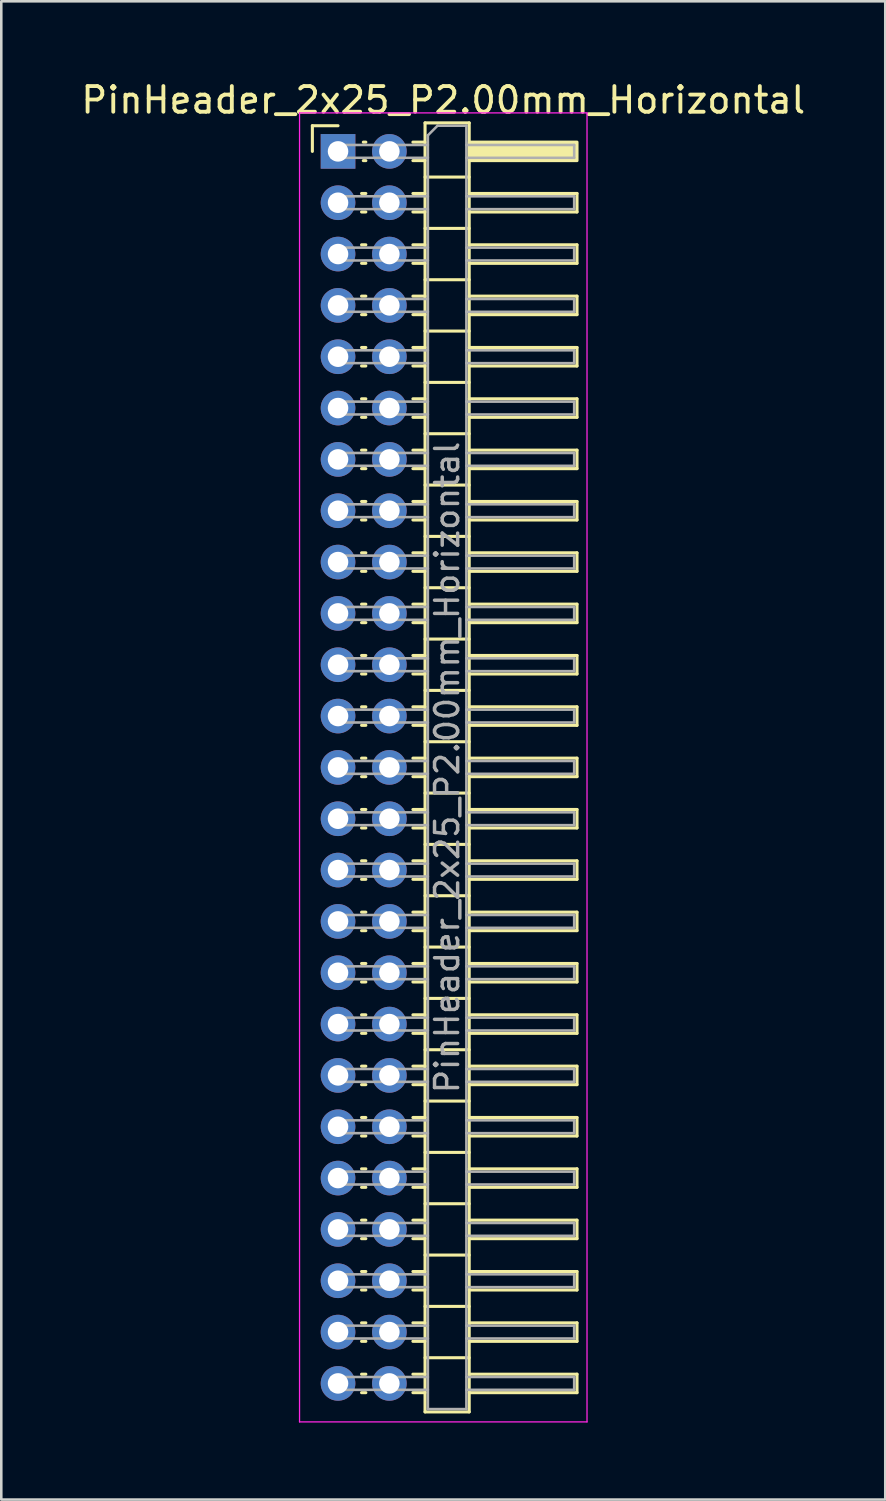
<source format=kicad_pcb>
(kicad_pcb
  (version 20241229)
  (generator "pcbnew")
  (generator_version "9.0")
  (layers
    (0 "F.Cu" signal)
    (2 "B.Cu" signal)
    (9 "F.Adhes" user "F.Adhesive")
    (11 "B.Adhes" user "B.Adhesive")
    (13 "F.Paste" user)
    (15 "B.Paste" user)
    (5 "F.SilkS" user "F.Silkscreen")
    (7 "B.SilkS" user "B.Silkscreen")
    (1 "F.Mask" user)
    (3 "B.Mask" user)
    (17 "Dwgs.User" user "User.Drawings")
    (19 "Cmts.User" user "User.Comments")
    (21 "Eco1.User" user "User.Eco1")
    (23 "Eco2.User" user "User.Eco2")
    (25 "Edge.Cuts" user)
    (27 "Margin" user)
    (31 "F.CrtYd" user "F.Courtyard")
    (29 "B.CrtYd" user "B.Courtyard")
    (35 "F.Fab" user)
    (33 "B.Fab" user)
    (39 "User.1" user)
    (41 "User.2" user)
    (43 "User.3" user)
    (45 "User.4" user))
  (footprint "PinHeader_2x25_P2.00mm_Horizontal"
    (layer "F.Cu")
    (at 10.12 2.848)
    (property "Reference" "PinHeader_2x25_P2.00mm_Horizontal" (at 4.1 -2 0) (layer "F.SilkS") (effects (font (size 1 1) (thickness 0.15))))
    (attr through_hole)
    (fp_line (start -1 -1) (end 0 -1) (stroke (width 0.12) (type solid)) (layer "F.SilkS"))
    (fp_line (start -1 0) (end -1 -1) (stroke (width 0.12) (type solid)) (layer "F.SilkS"))
    (fp_line (start 0.917 1.64) (end 1.083 1.64) (stroke (width 0.12) (type solid)) (layer "F.SilkS"))
    (fp_line (start 0.917 2.36) (end 1.083 2.36) (stroke (width 0.12) (type solid)) (layer "F.SilkS"))
    (fp_line (start 0.917 3.64) (end 1.083 3.64) (stroke (width 0.12) (type solid)) (layer "F.SilkS"))
    (fp_line (start 0.917 4.36) (end 1.083 4.36) (stroke (width 0.12) (type solid)) (layer "F.SilkS"))
    (fp_line (start 0.917 5.64) (end 1.083 5.64) (stroke (width 0.12) (type solid)) (layer "F.SilkS"))
    (fp_line (start 0.917 6.36) (end 1.083 6.36) (stroke (width 0.12) (type solid)) (layer "F.SilkS"))
    (fp_line (start 0.917 7.64) (end 1.083 7.64) (stroke (width 0.12) (type solid)) (layer "F.SilkS"))
    (fp_line (start 0.917 8.36) (end 1.083 8.36) (stroke (width 0.12) (type solid)) (layer "F.SilkS"))
    (fp_line (start 0.917 9.64) (end 1.083 9.64) (stroke (width 0.12) (type solid)) (layer "F.SilkS"))
    (fp_line (start 0.917 10.36) (end 1.083 10.36) (stroke (width 0.12) (type solid)) (layer "F.SilkS"))
    (fp_line (start 0.917 11.64) (end 1.083 11.64) (stroke (width 0.12) (type solid)) (layer "F.SilkS"))
    (fp_line (start 0.917 12.36) (end 1.083 12.36) (stroke (width 0.12) (type solid)) (layer "F.SilkS"))
    (fp_line (start 0.917 13.64) (end 1.083 13.64) (stroke (width 0.12) (type solid)) (layer "F.SilkS"))
    (fp_line (start 0.917 14.36) (end 1.083 14.36) (stroke (width 0.12) (type solid)) (layer "F.SilkS"))
    (fp_line (start 0.917 15.64) (end 1.083 15.64) (stroke (width 0.12) (type solid)) (layer "F.SilkS"))
    (fp_line (start 0.917 16.36) (end 1.083 16.36) (stroke (width 0.12) (type solid)) (layer "F.SilkS"))
    (fp_line (start 0.917 17.64) (end 1.083 17.64) (stroke (width 0.12) (type solid)) (layer "F.SilkS"))
    (fp_line (start 0.917 18.36) (end 1.083 18.36) (stroke (width 0.12) (type solid)) (layer "F.SilkS"))
    (fp_line (start 0.917 19.64) (end 1.083 19.64) (stroke (width 0.12) (type solid)) (layer "F.SilkS"))
    (fp_line (start 0.917 20.36) (end 1.083 20.36) (stroke (width 0.12) (type solid)) (layer "F.SilkS"))
    (fp_line (start 0.917 21.64) (end 1.083 21.64) (stroke (width 0.12) (type solid)) (layer "F.SilkS"))
    (fp_line (start 0.917 22.36) (end 1.083 22.36) (stroke (width 0.12) (type solid)) (layer "F.SilkS"))
    (fp_line (start 0.917 23.64) (end 1.083 23.64) (stroke (width 0.12) (type solid)) (layer "F.SilkS"))
    (fp_line (start 0.917 24.36) (end 1.083 24.36) (stroke (width 0.12) (type solid)) (layer "F.SilkS"))
    (fp_line (start 0.917 25.64) (end 1.083 25.64) (stroke (width 0.12) (type solid)) (layer "F.SilkS"))
    (fp_line (start 0.917 26.36) (end 1.083 26.36) (stroke (width 0.12) (type solid)) (layer "F.SilkS"))
    (fp_line (start 0.917 27.64) (end 1.083 27.64) (stroke (width 0.12) (type solid)) (layer "F.SilkS"))
    (fp_line (start 0.917 28.36) (end 1.083 28.36) (stroke (width 0.12) (type solid)) (layer "F.SilkS"))
    (fp_line (start 0.917 29.64) (end 1.083 29.64) (stroke (width 0.12) (type solid)) (layer "F.SilkS"))
    (fp_line (start 0.917 30.36) (end 1.083 30.36) (stroke (width 0.12) (type solid)) (layer "F.SilkS"))
    (fp_line (start 0.917 31.64) (end 1.083 31.64) (stroke (width 0.12) (type solid)) (layer "F.SilkS"))
    (fp_line (start 0.917 32.36) (end 1.083 32.36) (stroke (width 0.12) (type solid)) (layer "F.SilkS"))
    (fp_line (start 0.917 33.64) (end 1.083 33.64) (stroke (width 0.12) (type solid)) (layer "F.SilkS"))
    (fp_line (start 0.917 34.36) (end 1.083 34.36) (stroke (width 0.12) (type solid)) (layer "F.SilkS"))
    (fp_line (start 0.917 35.64) (end 1.083 35.64) (stroke (width 0.12) (type solid)) (layer "F.SilkS"))
    (fp_line (start 0.917 36.36) (end 1.083 36.36) (stroke (width 0.12) (type solid)) (layer "F.SilkS"))
    (fp_line (start 0.917 37.64) (end 1.083 37.64) (stroke (width 0.12) (type solid)) (layer "F.SilkS"))
    (fp_line (start 0.917 38.36) (end 1.083 38.36) (stroke (width 0.12) (type solid)) (layer "F.SilkS"))
    (fp_line (start 0.917 39.64) (end 1.083 39.64) (stroke (width 0.12) (type solid)) (layer "F.SilkS"))
    (fp_line (start 0.917 40.36) (end 1.083 40.36) (stroke (width 0.12) (type solid)) (layer "F.SilkS"))
    (fp_line (start 0.917 41.64) (end 1.083 41.64) (stroke (width 0.12) (type solid)) (layer "F.SilkS"))
    (fp_line (start 0.917 42.36) (end 1.083 42.36) (stroke (width 0.12) (type solid)) (layer "F.SilkS"))
    (fp_line (start 0.917 43.64) (end 1.083 43.64) (stroke (width 0.12) (type solid)) (layer "F.SilkS"))
    (fp_line (start 0.917 44.36) (end 1.083 44.36) (stroke (width 0.12) (type solid)) (layer "F.SilkS"))
    (fp_line (start 0.917 45.64) (end 1.083 45.64) (stroke (width 0.12) (type solid)) (layer "F.SilkS"))
    (fp_line (start 0.917 46.36) (end 1.083 46.36) (stroke (width 0.12) (type solid)) (layer "F.SilkS"))
    (fp_line (start 0.917 47.64) (end 1.083 47.64) (stroke (width 0.12) (type solid)) (layer "F.SilkS"))
    (fp_line (start 0.917 48.36) (end 1.083 48.36) (stroke (width 0.12) (type solid)) (layer "F.SilkS"))
    (fp_line (start 0.985 -0.36) (end 1.083 -0.36) (stroke (width 0.12) (type solid)) (layer "F.SilkS"))
    (fp_line (start 0.985 0.36) (end 1.083 0.36) (stroke (width 0.12) (type solid)) (layer "F.SilkS"))
    (fp_line (start 2.917 -0.36) (end 3.39 -0.36) (stroke (width 0.12) (type solid)) (layer "F.SilkS"))
    (fp_line (start 2.917 0.36) (end 3.39 0.36) (stroke (width 0.12) (type solid)) (layer "F.SilkS"))
    (fp_line (start 2.917 1.64) (end 3.39 1.64) (stroke (width 0.12) (type solid)) (layer "F.SilkS"))
    (fp_line (start 2.917 2.36) (end 3.39 2.36) (stroke (width 0.12) (type solid)) (layer "F.SilkS"))
    (fp_line (start 2.917 3.64) (end 3.39 3.64) (stroke (width 0.12) (type solid)) (layer "F.SilkS"))
    (fp_line (start 2.917 4.36) (end 3.39 4.36) (stroke (width 0.12) (type solid)) (layer "F.SilkS"))
    (fp_line (start 2.917 5.64) (end 3.39 5.64) (stroke (width 0.12) (type solid)) (layer "F.SilkS"))
    (fp_line (start 2.917 6.36) (end 3.39 6.36) (stroke (width 0.12) (type solid)) (layer "F.SilkS"))
    (fp_line (start 2.917 7.64) (end 3.39 7.64) (stroke (width 0.12) (type solid)) (layer "F.SilkS"))
    (fp_line (start 2.917 8.36) (end 3.39 8.36) (stroke (width 0.12) (type solid)) (layer "F.SilkS"))
    (fp_line (start 2.917 9.64) (end 3.39 9.64) (stroke (width 0.12) (type solid)) (layer "F.SilkS"))
    (fp_line (start 2.917 10.36) (end 3.39 10.36) (stroke (width 0.12) (type solid)) (layer "F.SilkS"))
    (fp_line (start 2.917 11.64) (end 3.39 11.64) (stroke (width 0.12) (type solid)) (layer "F.SilkS"))
    (fp_line (start 2.917 12.36) (end 3.39 12.36) (stroke (width 0.12) (type solid)) (layer "F.SilkS"))
    (fp_line (start 2.917 13.64) (end 3.39 13.64) (stroke (width 0.12) (type solid)) (layer "F.SilkS"))
    (fp_line (start 2.917 14.36) (end 3.39 14.36) (stroke (width 0.12) (type solid)) (layer "F.SilkS"))
    (fp_line (start 2.917 15.64) (end 3.39 15.64) (stroke (width 0.12) (type solid)) (layer "F.SilkS"))
    (fp_line (start 2.917 16.36) (end 3.39 16.36) (stroke (width 0.12) (type solid)) (layer "F.SilkS"))
    (fp_line (start 2.917 17.64) (end 3.39 17.64) (stroke (width 0.12) (type solid)) (layer "F.SilkS"))
    (fp_line (start 2.917 18.36) (end 3.39 18.36) (stroke (width 0.12) (type solid)) (layer "F.SilkS"))
    (fp_line (start 2.917 19.64) (end 3.39 19.64) (stroke (width 0.12) (type solid)) (layer "F.SilkS"))
    (fp_line (start 2.917 20.36) (end 3.39 20.36) (stroke (width 0.12) (type solid)) (layer "F.SilkS"))
    (fp_line (start 2.917 21.64) (end 3.39 21.64) (stroke (width 0.12) (type solid)) (layer "F.SilkS"))
    (fp_line (start 2.917 22.36) (end 3.39 22.36) (stroke (width 0.12) (type solid)) (layer "F.SilkS"))
    (fp_line (start 2.917 23.64) (end 3.39 23.64) (stroke (width 0.12) (type solid)) (layer "F.SilkS"))
    (fp_line (start 2.917 24.36) (end 3.39 24.36) (stroke (width 0.12) (type solid)) (layer "F.SilkS"))
    (fp_line (start 2.917 25.64) (end 3.39 25.64) (stroke (width 0.12) (type solid)) (layer "F.SilkS"))
    (fp_line (start 2.917 26.36) (end 3.39 26.36) (stroke (width 0.12) (type solid)) (layer "F.SilkS"))
    (fp_line (start 2.917 27.64) (end 3.39 27.64) (stroke (width 0.12) (type solid)) (layer "F.SilkS"))
    (fp_line (start 2.917 28.36) (end 3.39 28.36) (stroke (width 0.12) (type solid)) (layer "F.SilkS"))
    (fp_line (start 2.917 29.64) (end 3.39 29.64) (stroke (width 0.12) (type solid)) (layer "F.SilkS"))
    (fp_line (start 2.917 30.36) (end 3.39 30.36) (stroke (width 0.12) (type solid)) (layer "F.SilkS"))
    (fp_line (start 2.917 31.64) (end 3.39 31.64) (stroke (width 0.12) (type solid)) (layer "F.SilkS"))
    (fp_line (start 2.917 32.36) (end 3.39 32.36) (stroke (width 0.12) (type solid)) (layer "F.SilkS"))
    (fp_line (start 2.917 33.64) (end 3.39 33.64) (stroke (width 0.12) (type solid)) (layer "F.SilkS"))
    (fp_line (start 2.917 34.36) (end 3.39 34.36) (stroke (width 0.12) (type solid)) (layer "F.SilkS"))
    (fp_line (start 2.917 35.64) (end 3.39 35.64) (stroke (width 0.12) (type solid)) (layer "F.SilkS"))
    (fp_line (start 2.917 36.36) (end 3.39 36.36) (stroke (width 0.12) (type solid)) (layer "F.SilkS"))
    (fp_line (start 2.917 37.64) (end 3.39 37.64) (stroke (width 0.12) (type solid)) (layer "F.SilkS"))
    (fp_line (start 2.917 38.36) (end 3.39 38.36) (stroke (width 0.12) (type solid)) (layer "F.SilkS"))
    (fp_line (start 2.917 39.64) (end 3.39 39.64) (stroke (width 0.12) (type solid)) (layer "F.SilkS"))
    (fp_line (start 2.917 40.36) (end 3.39 40.36) (stroke (width 0.12) (type solid)) (layer "F.SilkS"))
    (fp_line (start 2.917 41.64) (end 3.39 41.64) (stroke (width 0.12) (type solid)) (layer "F.SilkS"))
    (fp_line (start 2.917 42.36) (end 3.39 42.36) (stroke (width 0.12) (type solid)) (layer "F.SilkS"))
    (fp_line (start 2.917 43.64) (end 3.39 43.64) (stroke (width 0.12) (type solid)) (layer "F.SilkS"))
    (fp_line (start 2.917 44.36) (end 3.39 44.36) (stroke (width 0.12) (type solid)) (layer "F.SilkS"))
    (fp_line (start 2.917 45.64) (end 3.39 45.64) (stroke (width 0.12) (type solid)) (layer "F.SilkS"))
    (fp_line (start 2.917 46.36) (end 3.39 46.36) (stroke (width 0.12) (type solid)) (layer "F.SilkS"))
    (fp_line (start 2.917 47.64) (end 3.39 47.64) (stroke (width 0.12) (type solid)) (layer "F.SilkS"))
    (fp_line (start 2.917 48.36) (end 3.39 48.36) (stroke (width 0.12) (type solid)) (layer "F.SilkS"))
    (fp_line (start 3.39 -1.11) (end 3.39 49.11) (stroke (width 0.12) (type solid)) (layer "F.SilkS"))
    (fp_line (start 3.39 1) (end 5.11 1) (stroke (width 0.12) (type solid)) (layer "F.SilkS"))
    (fp_line (start 3.39 3) (end 5.11 3) (stroke (width 0.12) (type solid)) (layer "F.SilkS"))
    (fp_line (start 3.39 5) (end 5.11 5) (stroke (width 0.12) (type solid)) (layer "F.SilkS"))
    (fp_line (start 3.39 7) (end 5.11 7) (stroke (width 0.12) (type solid)) (layer "F.SilkS"))
    (fp_line (start 3.39 9) (end 5.11 9) (stroke (width 0.12) (type solid)) (layer "F.SilkS"))
    (fp_line (start 3.39 11) (end 5.11 11) (stroke (width 0.12) (type solid)) (layer "F.SilkS"))
    (fp_line (start 3.39 13) (end 5.11 13) (stroke (width 0.12) (type solid)) (layer "F.SilkS"))
    (fp_line (start 3.39 15) (end 5.11 15) (stroke (width 0.12) (type solid)) (layer "F.SilkS"))
    (fp_line (start 3.39 17) (end 5.11 17) (stroke (width 0.12) (type solid)) (layer "F.SilkS"))
    (fp_line (start 3.39 19) (end 5.11 19) (stroke (width 0.12) (type solid)) (layer "F.SilkS"))
    (fp_line (start 3.39 21) (end 5.11 21) (stroke (width 0.12) (type solid)) (layer "F.SilkS"))
    (fp_line (start 3.39 23) (end 5.11 23) (stroke (width 0.12) (type solid)) (layer "F.SilkS"))
    (fp_line (start 3.39 25) (end 5.11 25) (stroke (width 0.12) (type solid)) (layer "F.SilkS"))
    (fp_line (start 3.39 27) (end 5.11 27) (stroke (width 0.12) (type solid)) (layer "F.SilkS"))
    (fp_line (start 3.39 29) (end 5.11 29) (stroke (width 0.12) (type solid)) (layer "F.SilkS"))
    (fp_line (start 3.39 31) (end 5.11 31) (stroke (width 0.12) (type solid)) (layer "F.SilkS"))
    (fp_line (start 3.39 33) (end 5.11 33) (stroke (width 0.12) (type solid)) (layer "F.SilkS"))
    (fp_line (start 3.39 35) (end 5.11 35) (stroke (width 0.12) (type solid)) (layer "F.SilkS"))
    (fp_line (start 3.39 37) (end 5.11 37) (stroke (width 0.12) (type solid)) (layer "F.SilkS"))
    (fp_line (start 3.39 39) (end 5.11 39) (stroke (width 0.12) (type solid)) (layer "F.SilkS"))
    (fp_line (start 3.39 41) (end 5.11 41) (stroke (width 0.12) (type solid)) (layer "F.SilkS"))
    (fp_line (start 3.39 43) (end 5.11 43) (stroke (width 0.12) (type solid)) (layer "F.SilkS"))
    (fp_line (start 3.39 45) (end 5.11 45) (stroke (width 0.12) (type solid)) (layer "F.SilkS"))
    (fp_line (start 3.39 47) (end 5.11 47) (stroke (width 0.12) (type solid)) (layer "F.SilkS"))
    (fp_line (start 3.39 49.11) (end 5.11 49.11) (stroke (width 0.12) (type solid)) (layer "F.SilkS"))
    (fp_line (start 5.11 -1.11) (end 3.39 -1.11) (stroke (width 0.12) (type solid)) (layer "F.SilkS"))
    (fp_line (start 5.11 1.64) (end 9.31 1.64) (stroke (width 0.12) (type solid)) (layer "F.SilkS"))
    (fp_line (start 5.11 3.64) (end 9.31 3.64) (stroke (width 0.12) (type solid)) (layer "F.SilkS"))
    (fp_line (start 5.11 5.64) (end 9.31 5.64) (stroke (width 0.12) (type solid)) (layer "F.SilkS"))
    (fp_line (start 5.11 7.64) (end 9.31 7.64) (stroke (width 0.12) (type solid)) (layer "F.SilkS"))
    (fp_line (start 5.11 9.64) (end 9.31 9.64) (stroke (width 0.12) (type solid)) (layer "F.SilkS"))
    (fp_line (start 5.11 11.64) (end 9.31 11.64) (stroke (width 0.12) (type solid)) (layer "F.SilkS"))
    (fp_line (start 5.11 13.64) (end 9.31 13.64) (stroke (width 0.12) (type solid)) (layer "F.SilkS"))
    (fp_line (start 5.11 15.64) (end 9.31 15.64) (stroke (width 0.12) (type solid)) (layer "F.SilkS"))
    (fp_line (start 5.11 17.64) (end 9.31 17.64) (stroke (width 0.12) (type solid)) (layer "F.SilkS"))
    (fp_line (start 5.11 19.64) (end 9.31 19.64) (stroke (width 0.12) (type solid)) (layer "F.SilkS"))
    (fp_line (start 5.11 21.64) (end 9.31 21.64) (stroke (width 0.12) (type solid)) (layer "F.SilkS"))
    (fp_line (start 5.11 23.64) (end 9.31 23.64) (stroke (width 0.12) (type solid)) (layer "F.SilkS"))
    (fp_line (start 5.11 25.64) (end 9.31 25.64) (stroke (width 0.12) (type solid)) (layer "F.SilkS"))
    (fp_line (start 5.11 27.64) (end 9.31 27.64) (stroke (width 0.12) (type solid)) (layer "F.SilkS"))
    (fp_line (start 5.11 29.64) (end 9.31 29.64) (stroke (width 0.12) (type solid)) (layer "F.SilkS"))
    (fp_line (start 5.11 31.64) (end 9.31 31.64) (stroke (width 0.12) (type solid)) (layer "F.SilkS"))
    (fp_line (start 5.11 33.64) (end 9.31 33.64) (stroke (width 0.12) (type solid)) (layer "F.SilkS"))
    (fp_line (start 5.11 35.64) (end 9.31 35.64) (stroke (width 0.12) (type solid)) (layer "F.SilkS"))
    (fp_line (start 5.11 37.64) (end 9.31 37.64) (stroke (width 0.12) (type solid)) (layer "F.SilkS"))
    (fp_line (start 5.11 39.64) (end 9.31 39.64) (stroke (width 0.12) (type solid)) (layer "F.SilkS"))
    (fp_line (start 5.11 41.64) (end 9.31 41.64) (stroke (width 0.12) (type solid)) (layer "F.SilkS"))
    (fp_line (start 5.11 43.64) (end 9.31 43.64) (stroke (width 0.12) (type solid)) (layer "F.SilkS"))
    (fp_line (start 5.11 45.64) (end 9.31 45.64) (stroke (width 0.12) (type solid)) (layer "F.SilkS"))
    (fp_line (start 5.11 47.64) (end 9.31 47.64) (stroke (width 0.12) (type solid)) (layer "F.SilkS"))
    (fp_line (start 5.11 49.11) (end 5.11 -1.11) (stroke (width 0.12) (type solid)) (layer "F.SilkS"))
    (fp_line (start 9.31 1.64) (end 9.31 2.36) (stroke (width 0.12) (type solid)) (layer "F.SilkS"))
    (fp_line (start 9.31 2.36) (end 5.11 2.36) (stroke (width 0.12) (type solid)) (layer "F.SilkS"))
    (fp_line (start 9.31 3.64) (end 9.31 4.36) (stroke (width 0.12) (type solid)) (layer "F.SilkS"))
    (fp_line (start 9.31 4.36) (end 5.11 4.36) (stroke (width 0.12) (type solid)) (layer "F.SilkS"))
    (fp_line (start 9.31 5.64) (end 9.31 6.36) (stroke (width 0.12) (type solid)) (layer "F.SilkS"))
    (fp_line (start 9.31 6.36) (end 5.11 6.36) (stroke (width 0.12) (type solid)) (layer "F.SilkS"))
    (fp_line (start 9.31 7.64) (end 9.31 8.36) (stroke (width 0.12) (type solid)) (layer "F.SilkS"))
    (fp_line (start 9.31 8.36) (end 5.11 8.36) (stroke (width 0.12) (type solid)) (layer "F.SilkS"))
    (fp_line (start 9.31 9.64) (end 9.31 10.36) (stroke (width 0.12) (type solid)) (layer "F.SilkS"))
    (fp_line (start 9.31 10.36) (end 5.11 10.36) (stroke (width 0.12) (type solid)) (layer "F.SilkS"))
    (fp_line (start 9.31 11.64) (end 9.31 12.36) (stroke (width 0.12) (type solid)) (layer "F.SilkS"))
    (fp_line (start 9.31 12.36) (end 5.11 12.36) (stroke (width 0.12) (type solid)) (layer "F.SilkS"))
    (fp_line (start 9.31 13.64) (end 9.31 14.36) (stroke (width 0.12) (type solid)) (layer "F.SilkS"))
    (fp_line (start 9.31 14.36) (end 5.11 14.36) (stroke (width 0.12) (type solid)) (layer "F.SilkS"))
    (fp_line (start 9.31 15.64) (end 9.31 16.36) (stroke (width 0.12) (type solid)) (layer "F.SilkS"))
    (fp_line (start 9.31 16.36) (end 5.11 16.36) (stroke (width 0.12) (type solid)) (layer "F.SilkS"))
    (fp_line (start 9.31 17.64) (end 9.31 18.36) (stroke (width 0.12) (type solid)) (layer "F.SilkS"))
    (fp_line (start 9.31 18.36) (end 5.11 18.36) (stroke (width 0.12) (type solid)) (layer "F.SilkS"))
    (fp_line (start 9.31 19.64) (end 9.31 20.36) (stroke (width 0.12) (type solid)) (layer "F.SilkS"))
    (fp_line (start 9.31 20.36) (end 5.11 20.36) (stroke (width 0.12) (type solid)) (layer "F.SilkS"))
    (fp_line (start 9.31 21.64) (end 9.31 22.36) (stroke (width 0.12) (type solid)) (layer "F.SilkS"))
    (fp_line (start 9.31 22.36) (end 5.11 22.36) (stroke (width 0.12) (type solid)) (layer "F.SilkS"))
    (fp_line (start 9.31 23.64) (end 9.31 24.36) (stroke (width 0.12) (type solid)) (layer "F.SilkS"))
    (fp_line (start 9.31 24.36) (end 5.11 24.36) (stroke (width 0.12) (type solid)) (layer "F.SilkS"))
    (fp_line (start 9.31 25.64) (end 9.31 26.36) (stroke (width 0.12) (type solid)) (layer "F.SilkS"))
    (fp_line (start 9.31 26.36) (end 5.11 26.36) (stroke (width 0.12) (type solid)) (layer "F.SilkS"))
    (fp_line (start 9.31 27.64) (end 9.31 28.36) (stroke (width 0.12) (type solid)) (layer "F.SilkS"))
    (fp_line (start 9.31 28.36) (end 5.11 28.36) (stroke (width 0.12) (type solid)) (layer "F.SilkS"))
    (fp_line (start 9.31 29.64) (end 9.31 30.36) (stroke (width 0.12) (type solid)) (layer "F.SilkS"))
    (fp_line (start 9.31 30.36) (end 5.11 30.36) (stroke (width 0.12) (type solid)) (layer "F.SilkS"))
    (fp_line (start 9.31 31.64) (end 9.31 32.36) (stroke (width 0.12) (type solid)) (layer "F.SilkS"))
    (fp_line (start 9.31 32.36) (end 5.11 32.36) (stroke (width 0.12) (type solid)) (layer "F.SilkS"))
    (fp_line (start 9.31 33.64) (end 9.31 34.36) (stroke (width 0.12) (type solid)) (layer "F.SilkS"))
    (fp_line (start 9.31 34.36) (end 5.11 34.36) (stroke (width 0.12) (type solid)) (layer "F.SilkS"))
    (fp_line (start 9.31 35.64) (end 9.31 36.36) (stroke (width 0.12) (type solid)) (layer "F.SilkS"))
    (fp_line (start 9.31 36.36) (end 5.11 36.36) (stroke (width 0.12) (type solid)) (layer "F.SilkS"))
    (fp_line (start 9.31 37.64) (end 9.31 38.36) (stroke (width 0.12) (type solid)) (layer "F.SilkS"))
    (fp_line (start 9.31 38.36) (end 5.11 38.36) (stroke (width 0.12) (type solid)) (layer "F.SilkS"))
    (fp_line (start 9.31 39.64) (end 9.31 40.36) (stroke (width 0.12) (type solid)) (layer "F.SilkS"))
    (fp_line (start 9.31 40.36) (end 5.11 40.36) (stroke (width 0.12) (type solid)) (layer "F.SilkS"))
    (fp_line (start 9.31 41.64) (end 9.31 42.36) (stroke (width 0.12) (type solid)) (layer "F.SilkS"))
    (fp_line (start 9.31 42.36) (end 5.11 42.36) (stroke (width 0.12) (type solid)) (layer "F.SilkS"))
    (fp_line (start 9.31 43.64) (end 9.31 44.36) (stroke (width 0.12) (type solid)) (layer "F.SilkS"))
    (fp_line (start 9.31 44.36) (end 5.11 44.36) (stroke (width 0.12) (type solid)) (layer "F.SilkS"))
    (fp_line (start 9.31 45.64) (end 9.31 46.36) (stroke (width 0.12) (type solid)) (layer "F.SilkS"))
    (fp_line (start 9.31 46.36) (end 5.11 46.36) (stroke (width 0.12) (type solid)) (layer "F.SilkS"))
    (fp_line (start 9.31 47.64) (end 9.31 48.36) (stroke (width 0.12) (type solid)) (layer "F.SilkS"))
    (fp_line (start 9.31 48.36) (end 5.11 48.36) (stroke (width 0.12) (type solid)) (layer "F.SilkS"))
    (fp_rect (start 5.11 -0.36) (end 9.31 0.36) (stroke (width 0.12) (type solid)) (fill yes) (layer "F.SilkS"))
    (fp_line (start -1.5 -1.5) (end -1.5 49.5) (stroke (width 0.05) (type solid)) (layer "F.CrtYd"))
    (fp_line (start -1.5 49.5) (end 9.7 49.5) (stroke (width 0.05) (type solid)) (layer "F.CrtYd"))
    (fp_line (start 9.7 -1.5) (end -1.5 -1.5) (stroke (width 0.05) (type solid)) (layer "F.CrtYd"))
    (fp_line (start 9.7 49.5) (end 9.7 -1.5) (stroke (width 0.05) (type solid)) (layer "F.CrtYd"))
    (fp_line (start -0.25 -0.25) (end -0.25 0.25) (stroke (width 0.1) (type solid)) (layer "F.Fab"))
    (fp_line (start -0.25 -0.25) (end 3.5 -0.25) (stroke (width 0.1) (type solid)) (layer "F.Fab"))
    (fp_line (start -0.25 0.25) (end 3.5 0.25) (stroke (width 0.1) (type solid)) (layer "F.Fab"))
    (fp_line (start -0.25 1.75) (end -0.25 2.25) (stroke (width 0.1) (type solid)) (layer "F.Fab"))
    (fp_line (start -0.25 1.75) (end 3.5 1.75) (stroke (width 0.1) (type solid)) (layer "F.Fab"))
    (fp_line (start -0.25 2.25) (end 3.5 2.25) (stroke (width 0.1) (type solid)) (layer "F.Fab"))
    (fp_line (start -0.25 3.75) (end -0.25 4.25) (stroke (width 0.1) (type solid)) (layer "F.Fab"))
    (fp_line (start -0.25 3.75) (end 3.5 3.75) (stroke (width 0.1) (type solid)) (layer "F.Fab"))
    (fp_line (start -0.25 4.25) (end 3.5 4.25) (stroke (width 0.1) (type solid)) (layer "F.Fab"))
    (fp_line (start -0.25 5.75) (end -0.25 6.25) (stroke (width 0.1) (type solid)) (layer "F.Fab"))
    (fp_line (start -0.25 5.75) (end 3.5 5.75) (stroke (width 0.1) (type solid)) (layer "F.Fab"))
    (fp_line (start -0.25 6.25) (end 3.5 6.25) (stroke (width 0.1) (type solid)) (layer "F.Fab"))
    (fp_line (start -0.25 7.75) (end -0.25 8.25) (stroke (width 0.1) (type solid)) (layer "F.Fab"))
    (fp_line (start -0.25 7.75) (end 3.5 7.75) (stroke (width 0.1) (type solid)) (layer "F.Fab"))
    (fp_line (start -0.25 8.25) (end 3.5 8.25) (stroke (width 0.1) (type solid)) (layer "F.Fab"))
    (fp_line (start -0.25 9.75) (end -0.25 10.25) (stroke (width 0.1) (type solid)) (layer "F.Fab"))
    (fp_line (start -0.25 9.75) (end 3.5 9.75) (stroke (width 0.1) (type solid)) (layer "F.Fab"))
    (fp_line (start -0.25 10.25) (end 3.5 10.25) (stroke (width 0.1) (type solid)) (layer "F.Fab"))
    (fp_line (start -0.25 11.75) (end -0.25 12.25) (stroke (width 0.1) (type solid)) (layer "F.Fab"))
    (fp_line (start -0.25 11.75) (end 3.5 11.75) (stroke (width 0.1) (type solid)) (layer "F.Fab"))
    (fp_line (start -0.25 12.25) (end 3.5 12.25) (stroke (width 0.1) (type solid)) (layer "F.Fab"))
    (fp_line (start -0.25 13.75) (end -0.25 14.25) (stroke (width 0.1) (type solid)) (layer "F.Fab"))
    (fp_line (start -0.25 13.75) (end 3.5 13.75) (stroke (width 0.1) (type solid)) (layer "F.Fab"))
    (fp_line (start -0.25 14.25) (end 3.5 14.25) (stroke (width 0.1) (type solid)) (layer "F.Fab"))
    (fp_line (start -0.25 15.75) (end -0.25 16.25) (stroke (width 0.1) (type solid)) (layer "F.Fab"))
    (fp_line (start -0.25 15.75) (end 3.5 15.75) (stroke (width 0.1) (type solid)) (layer "F.Fab"))
    (fp_line (start -0.25 16.25) (end 3.5 16.25) (stroke (width 0.1) (type solid)) (layer "F.Fab"))
    (fp_line (start -0.25 17.75) (end -0.25 18.25) (stroke (width 0.1) (type solid)) (layer "F.Fab"))
    (fp_line (start -0.25 17.75) (end 3.5 17.75) (stroke (width 0.1) (type solid)) (layer "F.Fab"))
    (fp_line (start -0.25 18.25) (end 3.5 18.25) (stroke (width 0.1) (type solid)) (layer "F.Fab"))
    (fp_line (start -0.25 19.75) (end -0.25 20.25) (stroke (width 0.1) (type solid)) (layer "F.Fab"))
    (fp_line (start -0.25 19.75) (end 3.5 19.75) (stroke (width 0.1) (type solid)) (layer "F.Fab"))
    (fp_line (start -0.25 20.25) (end 3.5 20.25) (stroke (width 0.1) (type solid)) (layer "F.Fab"))
    (fp_line (start -0.25 21.75) (end -0.25 22.25) (stroke (width 0.1) (type solid)) (layer "F.Fab"))
    (fp_line (start -0.25 21.75) (end 3.5 21.75) (stroke (width 0.1) (type solid)) (layer "F.Fab"))
    (fp_line (start -0.25 22.25) (end 3.5 22.25) (stroke (width 0.1) (type solid)) (layer "F.Fab"))
    (fp_line (start -0.25 23.75) (end -0.25 24.25) (stroke (width 0.1) (type solid)) (layer "F.Fab"))
    (fp_line (start -0.25 23.75) (end 3.5 23.75) (stroke (width 0.1) (type solid)) (layer "F.Fab"))
    (fp_line (start -0.25 24.25) (end 3.5 24.25) (stroke (width 0.1) (type solid)) (layer "F.Fab"))
    (fp_line (start -0.25 25.75) (end -0.25 26.25) (stroke (width 0.1) (type solid)) (layer "F.Fab"))
    (fp_line (start -0.25 25.75) (end 3.5 25.75) (stroke (width 0.1) (type solid)) (layer "F.Fab"))
    (fp_line (start -0.25 26.25) (end 3.5 26.25) (stroke (width 0.1) (type solid)) (layer "F.Fab"))
    (fp_line (start -0.25 27.75) (end -0.25 28.25) (stroke (width 0.1) (type solid)) (layer "F.Fab"))
    (fp_line (start -0.25 27.75) (end 3.5 27.75) (stroke (width 0.1) (type solid)) (layer "F.Fab"))
    (fp_line (start -0.25 28.25) (end 3.5 28.25) (stroke (width 0.1) (type solid)) (layer "F.Fab"))
    (fp_line (start -0.25 29.75) (end -0.25 30.25) (stroke (width 0.1) (type solid)) (layer "F.Fab"))
    (fp_line (start -0.25 29.75) (end 3.5 29.75) (stroke (width 0.1) (type solid)) (layer "F.Fab"))
    (fp_line (start -0.25 30.25) (end 3.5 30.25) (stroke (width 0.1) (type solid)) (layer "F.Fab"))
    (fp_line (start -0.25 31.75) (end -0.25 32.25) (stroke (width 0.1) (type solid)) (layer "F.Fab"))
    (fp_line (start -0.25 31.75) (end 3.5 31.75) (stroke (width 0.1) (type solid)) (layer "F.Fab"))
    (fp_line (start -0.25 32.25) (end 3.5 32.25) (stroke (width 0.1) (type solid)) (layer "F.Fab"))
    (fp_line (start -0.25 33.75) (end -0.25 34.25) (stroke (width 0.1) (type solid)) (layer "F.Fab"))
    (fp_line (start -0.25 33.75) (end 3.5 33.75) (stroke (width 0.1) (type solid)) (layer "F.Fab"))
    (fp_line (start -0.25 34.25) (end 3.5 34.25) (stroke (width 0.1) (type solid)) (layer "F.Fab"))
    (fp_line (start -0.25 35.75) (end -0.25 36.25) (stroke (width 0.1) (type solid)) (layer "F.Fab"))
    (fp_line (start -0.25 35.75) (end 3.5 35.75) (stroke (width 0.1) (type solid)) (layer "F.Fab"))
    (fp_line (start -0.25 36.25) (end 3.5 36.25) (stroke (width 0.1) (type solid)) (layer "F.Fab"))
    (fp_line (start -0.25 37.75) (end -0.25 38.25) (stroke (width 0.1) (type solid)) (layer "F.Fab"))
    (fp_line (start -0.25 37.75) (end 3.5 37.75) (stroke (width 0.1) (type solid)) (layer "F.Fab"))
    (fp_line (start -0.25 38.25) (end 3.5 38.25) (stroke (width 0.1) (type solid)) (layer "F.Fab"))
    (fp_line (start -0.25 39.75) (end -0.25 40.25) (stroke (width 0.1) (type solid)) (layer "F.Fab"))
    (fp_line (start -0.25 39.75) (end 3.5 39.75) (stroke (width 0.1) (type solid)) (layer "F.Fab"))
    (fp_line (start -0.25 40.25) (end 3.5 40.25) (stroke (width 0.1) (type solid)) (layer "F.Fab"))
    (fp_line (start -0.25 41.75) (end -0.25 42.25) (stroke (width 0.1) (type solid)) (layer "F.Fab"))
    (fp_line (start -0.25 41.75) (end 3.5 41.75) (stroke (width 0.1) (type solid)) (layer "F.Fab"))
    (fp_line (start -0.25 42.25) (end 3.5 42.25) (stroke (width 0.1) (type solid)) (layer "F.Fab"))
    (fp_line (start -0.25 43.75) (end -0.25 44.25) (stroke (width 0.1) (type solid)) (layer "F.Fab"))
    (fp_line (start -0.25 43.75) (end 3.5 43.75) (stroke (width 0.1) (type solid)) (layer "F.Fab"))
    (fp_line (start -0.25 44.25) (end 3.5 44.25) (stroke (width 0.1) (type solid)) (layer "F.Fab"))
    (fp_line (start -0.25 45.75) (end -0.25 46.25) (stroke (width 0.1) (type solid)) (layer "F.Fab"))
    (fp_line (start -0.25 45.75) (end 3.5 45.75) (stroke (width 0.1) (type solid)) (layer "F.Fab"))
    (fp_line (start -0.25 46.25) (end 3.5 46.25) (stroke (width 0.1) (type solid)) (layer "F.Fab"))
    (fp_line (start -0.25 47.75) (end -0.25 48.25) (stroke (width 0.1) (type solid)) (layer "F.Fab"))
    (fp_line (start -0.25 47.75) (end 3.5 47.75) (stroke (width 0.1) (type solid)) (layer "F.Fab"))
    (fp_line (start -0.25 48.25) (end 3.5 48.25) (stroke (width 0.1) (type solid)) (layer "F.Fab"))
    (fp_line (start 3.5 -0.625) (end 3.875 -1) (stroke (width 0.1) (type solid)) (layer "F.Fab"))
    (fp_line (start 3.5 49) (end 3.5 -0.625) (stroke (width 0.1) (type solid)) (layer "F.Fab"))
    (fp_line (start 3.875 -1) (end 5 -1) (stroke (width 0.1) (type solid)) (layer "F.Fab"))
    (fp_line (start 5 -1) (end 5 49) (stroke (width 0.1) (type solid)) (layer "F.Fab"))
    (fp_line (start 5 -0.25) (end 9.2 -0.25) (stroke (width 0.1) (type solid)) (layer "F.Fab"))
    (fp_line (start 5 0.25) (end 9.2 0.25) (stroke (width 0.1) (type solid)) (layer "F.Fab"))
    (fp_line (start 5 1.75) (end 9.2 1.75) (stroke (width 0.1) (type solid)) (layer "F.Fab"))
    (fp_line (start 5 2.25) (end 9.2 2.25) (stroke (width 0.1) (type solid)) (layer "F.Fab"))
    (fp_line (start 5 3.75) (end 9.2 3.75) (stroke (width 0.1) (type solid)) (layer "F.Fab"))
    (fp_line (start 5 4.25) (end 9.2 4.25) (stroke (width 0.1) (type solid)) (layer "F.Fab"))
    (fp_line (start 5 5.75) (end 9.2 5.75) (stroke (width 0.1) (type solid)) (layer "F.Fab"))
    (fp_line (start 5 6.25) (end 9.2 6.25) (stroke (width 0.1) (type solid)) (layer "F.Fab"))
    (fp_line (start 5 7.75) (end 9.2 7.75) (stroke (width 0.1) (type solid)) (layer "F.Fab"))
    (fp_line (start 5 8.25) (end 9.2 8.25) (stroke (width 0.1) (type solid)) (layer "F.Fab"))
    (fp_line (start 5 9.75) (end 9.2 9.75) (stroke (width 0.1) (type solid)) (layer "F.Fab"))
    (fp_line (start 5 10.25) (end 9.2 10.25) (stroke (width 0.1) (type solid)) (layer "F.Fab"))
    (fp_line (start 5 11.75) (end 9.2 11.75) (stroke (width 0.1) (type solid)) (layer "F.Fab"))
    (fp_line (start 5 12.25) (end 9.2 12.25) (stroke (width 0.1) (type solid)) (layer "F.Fab"))
    (fp_line (start 5 13.75) (end 9.2 13.75) (stroke (width 0.1) (type solid)) (layer "F.Fab"))
    (fp_line (start 5 14.25) (end 9.2 14.25) (stroke (width 0.1) (type solid)) (layer "F.Fab"))
    (fp_line (start 5 15.75) (end 9.2 15.75) (stroke (width 0.1) (type solid)) (layer "F.Fab"))
    (fp_line (start 5 16.25) (end 9.2 16.25) (stroke (width 0.1) (type solid)) (layer "F.Fab"))
    (fp_line (start 5 17.75) (end 9.2 17.75) (stroke (width 0.1) (type solid)) (layer "F.Fab"))
    (fp_line (start 5 18.25) (end 9.2 18.25) (stroke (width 0.1) (type solid)) (layer "F.Fab"))
    (fp_line (start 5 19.75) (end 9.2 19.75) (stroke (width 0.1) (type solid)) (layer "F.Fab"))
    (fp_line (start 5 20.25) (end 9.2 20.25) (stroke (width 0.1) (type solid)) (layer "F.Fab"))
    (fp_line (start 5 21.75) (end 9.2 21.75) (stroke (width 0.1) (type solid)) (layer "F.Fab"))
    (fp_line (start 5 22.25) (end 9.2 22.25) (stroke (width 0.1) (type solid)) (layer "F.Fab"))
    (fp_line (start 5 23.75) (end 9.2 23.75) (stroke (width 0.1) (type solid)) (layer "F.Fab"))
    (fp_line (start 5 24.25) (end 9.2 24.25) (stroke (width 0.1) (type solid)) (layer "F.Fab"))
    (fp_line (start 5 25.75) (end 9.2 25.75) (stroke (width 0.1) (type solid)) (layer "F.Fab"))
    (fp_line (start 5 26.25) (end 9.2 26.25) (stroke (width 0.1) (type solid)) (layer "F.Fab"))
    (fp_line (start 5 27.75) (end 9.2 27.75) (stroke (width 0.1) (type solid)) (layer "F.Fab"))
    (fp_line (start 5 28.25) (end 9.2 28.25) (stroke (width 0.1) (type solid)) (layer "F.Fab"))
    (fp_line (start 5 29.75) (end 9.2 29.75) (stroke (width 0.1) (type solid)) (layer "F.Fab"))
    (fp_line (start 5 30.25) (end 9.2 30.25) (stroke (width 0.1) (type solid)) (layer "F.Fab"))
    (fp_line (start 5 31.75) (end 9.2 31.75) (stroke (width 0.1) (type solid)) (layer "F.Fab"))
    (fp_line (start 5 32.25) (end 9.2 32.25) (stroke (width 0.1) (type solid)) (layer "F.Fab"))
    (fp_line (start 5 33.75) (end 9.2 33.75) (stroke (width 0.1) (type solid)) (layer "F.Fab"))
    (fp_line (start 5 34.25) (end 9.2 34.25) (stroke (width 0.1) (type solid)) (layer "F.Fab"))
    (fp_line (start 5 35.75) (end 9.2 35.75) (stroke (width 0.1) (type solid)) (layer "F.Fab"))
    (fp_line (start 5 36.25) (end 9.2 36.25) (stroke (width 0.1) (type solid)) (layer "F.Fab"))
    (fp_line (start 5 37.75) (end 9.2 37.75) (stroke (width 0.1) (type solid)) (layer "F.Fab"))
    (fp_line (start 5 38.25) (end 9.2 38.25) (stroke (width 0.1) (type solid)) (layer "F.Fab"))
    (fp_line (start 5 39.75) (end 9.2 39.75) (stroke (width 0.1) (type solid)) (layer "F.Fab"))
    (fp_line (start 5 40.25) (end 9.2 40.25) (stroke (width 0.1) (type solid)) (layer "F.Fab"))
    (fp_line (start 5 41.75) (end 9.2 41.75) (stroke (width 0.1) (type solid)) (layer "F.Fab"))
    (fp_line (start 5 42.25) (end 9.2 42.25) (stroke (width 0.1) (type solid)) (layer "F.Fab"))
    (fp_line (start 5 43.75) (end 9.2 43.75) (stroke (width 0.1) (type solid)) (layer "F.Fab"))
    (fp_line (start 5 44.25) (end 9.2 44.25) (stroke (width 0.1) (type solid)) (layer "F.Fab"))
    (fp_line (start 5 45.75) (end 9.2 45.75) (stroke (width 0.1) (type solid)) (layer "F.Fab"))
    (fp_line (start 5 46.25) (end 9.2 46.25) (stroke (width 0.1) (type solid)) (layer "F.Fab"))
    (fp_line (start 5 47.75) (end 9.2 47.75) (stroke (width 0.1) (type solid)) (layer "F.Fab"))
    (fp_line (start 5 48.25) (end 9.2 48.25) (stroke (width 0.1) (type solid)) (layer "F.Fab"))
    (fp_line (start 5 49) (end 3.5 49) (stroke (width 0.1) (type solid)) (layer "F.Fab"))
    (fp_line (start 9.2 -0.25) (end 9.2 0.25) (stroke (width 0.1) (type solid)) (layer "F.Fab"))
    (fp_line (start 9.2 1.75) (end 9.2 2.25) (stroke (width 0.1) (type solid)) (layer "F.Fab"))
    (fp_line (start 9.2 3.75) (end 9.2 4.25) (stroke (width 0.1) (type solid)) (layer "F.Fab"))
    (fp_line (start 9.2 5.75) (end 9.2 6.25) (stroke (width 0.1) (type solid)) (layer "F.Fab"))
    (fp_line (start 9.2 7.75) (end 9.2 8.25) (stroke (width 0.1) (type solid)) (layer "F.Fab"))
    (fp_line (start 9.2 9.75) (end 9.2 10.25) (stroke (width 0.1) (type solid)) (layer "F.Fab"))
    (fp_line (start 9.2 11.75) (end 9.2 12.25) (stroke (width 0.1) (type solid)) (layer "F.Fab"))
    (fp_line (start 9.2 13.75) (end 9.2 14.25) (stroke (width 0.1) (type solid)) (layer "F.Fab"))
    (fp_line (start 9.2 15.75) (end 9.2 16.25) (stroke (width 0.1) (type solid)) (layer "F.Fab"))
    (fp_line (start 9.2 17.75) (end 9.2 18.25) (stroke (width 0.1) (type solid)) (layer "F.Fab"))
    (fp_line (start 9.2 19.75) (end 9.2 20.25) (stroke (width 0.1) (type solid)) (layer "F.Fab"))
    (fp_line (start 9.2 21.75) (end 9.2 22.25) (stroke (width 0.1) (type solid)) (layer "F.Fab"))
    (fp_line (start 9.2 23.75) (end 9.2 24.25) (stroke (width 0.1) (type solid)) (layer "F.Fab"))
    (fp_line (start 9.2 25.75) (end 9.2 26.25) (stroke (width 0.1) (type solid)) (layer "F.Fab"))
    (fp_line (start 9.2 27.75) (end 9.2 28.25) (stroke (width 0.1) (type solid)) (layer "F.Fab"))
    (fp_line (start 9.2 29.75) (end 9.2 30.25) (stroke (width 0.1) (type solid)) (layer "F.Fab"))
    (fp_line (start 9.2 31.75) (end 9.2 32.25) (stroke (width 0.1) (type solid)) (layer "F.Fab"))
    (fp_line (start 9.2 33.75) (end 9.2 34.25) (stroke (width 0.1) (type solid)) (layer "F.Fab"))
    (fp_line (start 9.2 35.75) (end 9.2 36.25) (stroke (width 0.1) (type solid)) (layer "F.Fab"))
    (fp_line (start 9.2 37.75) (end 9.2 38.25) (stroke (width 0.1) (type solid)) (layer "F.Fab"))
    (fp_line (start 9.2 39.75) (end 9.2 40.25) (stroke (width 0.1) (type solid)) (layer "F.Fab"))
    (fp_line (start 9.2 41.75) (end 9.2 42.25) (stroke (width 0.1) (type solid)) (layer "F.Fab"))
    (fp_line (start 9.2 43.75) (end 9.2 44.25) (stroke (width 0.1) (type solid)) (layer "F.Fab"))
    (fp_line (start 9.2 45.75) (end 9.2 46.25) (stroke (width 0.1) (type solid)) (layer "F.Fab"))
    (fp_line (start 9.2 47.75) (end 9.2 48.25) (stroke (width 0.1) (type solid)) (layer "F.Fab"))
    (fp_text user "${REFERENCE}" (at 4.25 24 90) (layer "F.Fab") (effects (font (size 0.9 0.9) (thickness 0.135))))
    (pad "1" thru_hole rect (at 0 0) (size 1.35 1.35) (drill 0.8) (layers "*.Cu" "*.Mask"))
    (pad "2" thru_hole circle (at 2 0) (size 1.35 1.35) (drill 0.8) (layers "*.Cu" "*.Mask"))
    (pad "3" thru_hole circle (at 0 2) (size 1.35 1.35) (drill 0.8) (layers "*.Cu" "*.Mask"))
    (pad "4" thru_hole circle (at 2 2) (size 1.35 1.35) (drill 0.8) (layers "*.Cu" "*.Mask"))
    (pad "5" thru_hole circle (at 0 4) (size 1.35 1.35) (drill 0.8) (layers "*.Cu" "*.Mask"))
    (pad "6" thru_hole circle (at 2 4) (size 1.35 1.35) (drill 0.8) (layers "*.Cu" "*.Mask"))
    (pad "7" thru_hole circle (at 0 6) (size 1.35 1.35) (drill 0.8) (layers "*.Cu" "*.Mask"))
    (pad "8" thru_hole circle (at 2 6) (size 1.35 1.35) (drill 0.8) (layers "*.Cu" "*.Mask"))
    (pad "9" thru_hole circle (at 0 8) (size 1.35 1.35) (drill 0.8) (layers "*.Cu" "*.Mask"))
    (pad "10" thru_hole circle (at 2 8) (size 1.35 1.35) (drill 0.8) (layers "*.Cu" "*.Mask"))
    (pad "11" thru_hole circle (at 0 10) (size 1.35 1.35) (drill 0.8) (layers "*.Cu" "*.Mask"))
    (pad "12" thru_hole circle (at 2 10) (size 1.35 1.35) (drill 0.8) (layers "*.Cu" "*.Mask"))
    (pad "13" thru_hole circle (at 0 12) (size 1.35 1.35) (drill 0.8) (layers "*.Cu" "*.Mask"))
    (pad "14" thru_hole circle (at 2 12) (size 1.35 1.35) (drill 0.8) (layers "*.Cu" "*.Mask"))
    (pad "15" thru_hole circle (at 0 14) (size 1.35 1.35) (drill 0.8) (layers "*.Cu" "*.Mask"))
    (pad "16" thru_hole circle (at 2 14) (size 1.35 1.35) (drill 0.8) (layers "*.Cu" "*.Mask"))
    (pad "17" thru_hole circle (at 0 16) (size 1.35 1.35) (drill 0.8) (layers "*.Cu" "*.Mask"))
    (pad "18" thru_hole circle (at 2 16) (size 1.35 1.35) (drill 0.8) (layers "*.Cu" "*.Mask"))
    (pad "19" thru_hole circle (at 0 18) (size 1.35 1.35) (drill 0.8) (layers "*.Cu" "*.Mask"))
    (pad "20" thru_hole circle (at 2 18) (size 1.35 1.35) (drill 0.8) (layers "*.Cu" "*.Mask"))
    (pad "21" thru_hole circle (at 0 20) (size 1.35 1.35) (drill 0.8) (layers "*.Cu" "*.Mask"))
    (pad "22" thru_hole circle (at 2 20) (size 1.35 1.35) (drill 0.8) (layers "*.Cu" "*.Mask"))
    (pad "23" thru_hole circle (at 0 22) (size 1.35 1.35) (drill 0.8) (layers "*.Cu" "*.Mask"))
    (pad "24" thru_hole circle (at 2 22) (size 1.35 1.35) (drill 0.8) (layers "*.Cu" "*.Mask"))
    (pad "25" thru_hole circle (at 0 24) (size 1.35 1.35) (drill 0.8) (layers "*.Cu" "*.Mask"))
    (pad "26" thru_hole circle (at 2 24) (size 1.35 1.35) (drill 0.8) (layers "*.Cu" "*.Mask"))
    (pad "27" thru_hole circle (at 0 26) (size 1.35 1.35) (drill 0.8) (layers "*.Cu" "*.Mask"))
    (pad "28" thru_hole circle (at 2 26) (size 1.35 1.35) (drill 0.8) (layers "*.Cu" "*.Mask"))
    (pad "29" thru_hole circle (at 0 28) (size 1.35 1.35) (drill 0.8) (layers "*.Cu" "*.Mask"))
    (pad "30" thru_hole circle (at 2 28) (size 1.35 1.35) (drill 0.8) (layers "*.Cu" "*.Mask"))
    (pad "31" thru_hole circle (at 0 30) (size 1.35 1.35) (drill 0.8) (layers "*.Cu" "*.Mask"))
    (pad "32" thru_hole circle (at 2 30) (size 1.35 1.35) (drill 0.8) (layers "*.Cu" "*.Mask"))
    (pad "33" thru_hole circle (at 0 32) (size 1.35 1.35) (drill 0.8) (layers "*.Cu" "*.Mask"))
    (pad "34" thru_hole circle (at 2 32) (size 1.35 1.35) (drill 0.8) (layers "*.Cu" "*.Mask"))
    (pad "35" thru_hole circle (at 0 34) (size 1.35 1.35) (drill 0.8) (layers "*.Cu" "*.Mask"))
    (pad "36" thru_hole circle (at 2 34) (size 1.35 1.35) (drill 0.8) (layers "*.Cu" "*.Mask"))
    (pad "37" thru_hole circle (at 0 36) (size 1.35 1.35) (drill 0.8) (layers "*.Cu" "*.Mask"))
    (pad "38" thru_hole circle (at 2 36) (size 1.35 1.35) (drill 0.8) (layers "*.Cu" "*.Mask"))
    (pad "39" thru_hole circle (at 0 38) (size 1.35 1.35) (drill 0.8) (layers "*.Cu" "*.Mask"))
    (pad "40" thru_hole circle (at 2 38) (size 1.35 1.35) (drill 0.8) (layers "*.Cu" "*.Mask"))
    (pad "41" thru_hole circle (at 0 40) (size 1.35 1.35) (drill 0.8) (layers "*.Cu" "*.Mask"))
    (pad "42" thru_hole circle (at 2 40) (size 1.35 1.35) (drill 0.8) (layers "*.Cu" "*.Mask"))
    (pad "43" thru_hole circle (at 0 42) (size 1.35 1.35) (drill 0.8) (layers "*.Cu" "*.Mask"))
    (pad "44" thru_hole circle (at 2 42) (size 1.35 1.35) (drill 0.8) (layers "*.Cu" "*.Mask"))
    (pad "45" thru_hole circle (at 0 44) (size 1.35 1.35) (drill 0.8) (layers "*.Cu" "*.Mask"))
    (pad "46" thru_hole circle (at 2 44) (size 1.35 1.35) (drill 0.8) (layers "*.Cu" "*.Mask"))
    (pad "47" thru_hole circle (at 0 46) (size 1.35 1.35) (drill 0.8) (layers "*.Cu" "*.Mask"))
    (pad "48" thru_hole circle (at 2 46) (size 1.35 1.35) (drill 0.8) (layers "*.Cu" "*.Mask"))
    (pad "49" thru_hole circle (at 0 48) (size 1.35 1.35) (drill 0.8) (layers "*.Cu" "*.Mask"))
    (pad "50" thru_hole circle (at 2 48) (size 1.35 1.35) (drill 0.8) (layers "*.Cu" "*.Mask")))
  (gr_rect
    (start -3 -3)
    (end 31.44 55.373)
    (stroke (width 0.1) (type default))
    (fill no)
    (layer "Edge.Cuts")))
</source>
